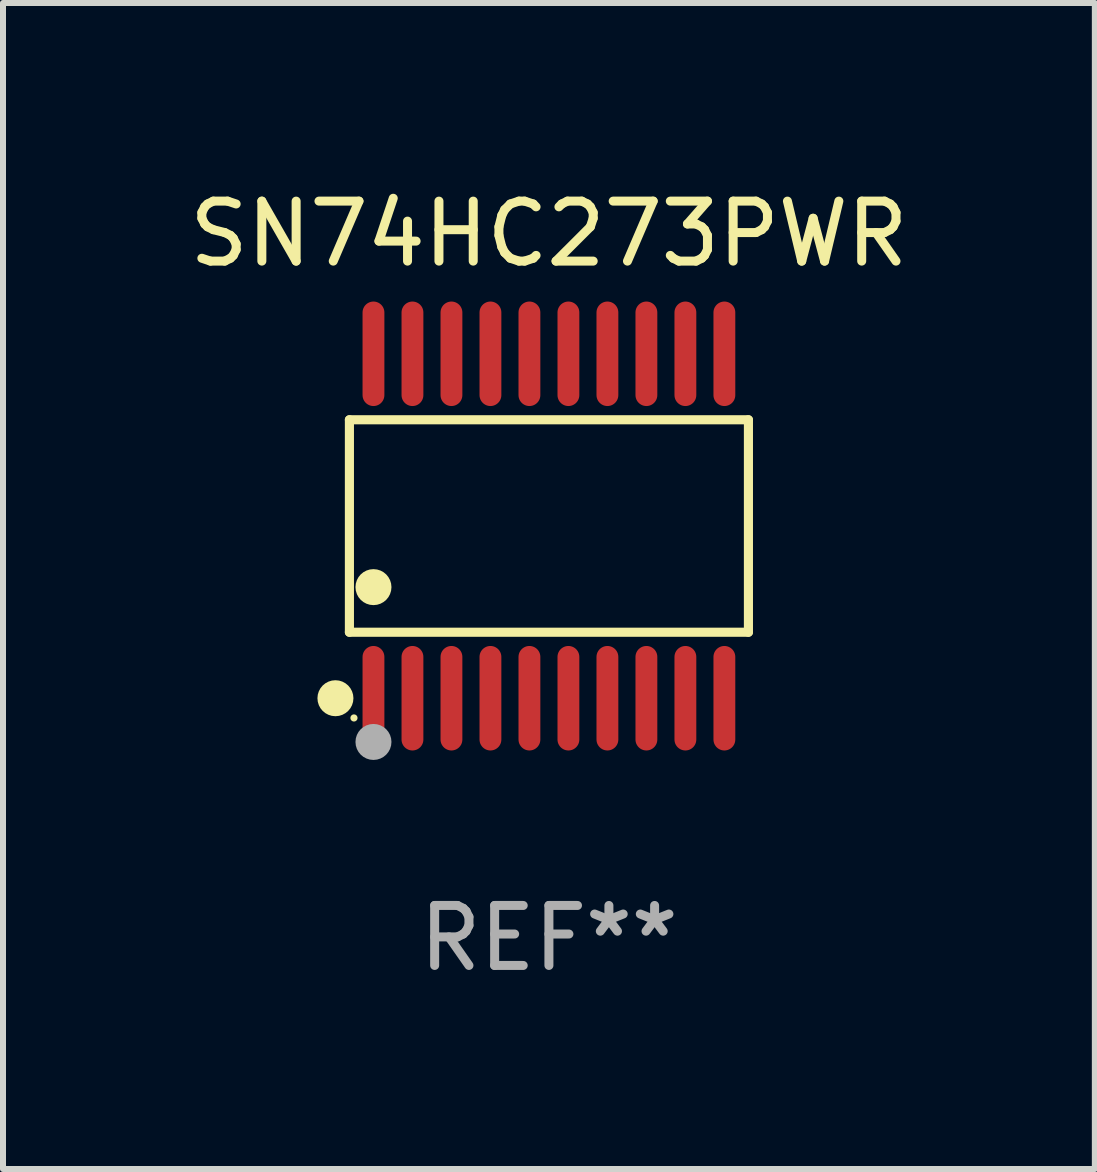
<source format=kicad_pcb>
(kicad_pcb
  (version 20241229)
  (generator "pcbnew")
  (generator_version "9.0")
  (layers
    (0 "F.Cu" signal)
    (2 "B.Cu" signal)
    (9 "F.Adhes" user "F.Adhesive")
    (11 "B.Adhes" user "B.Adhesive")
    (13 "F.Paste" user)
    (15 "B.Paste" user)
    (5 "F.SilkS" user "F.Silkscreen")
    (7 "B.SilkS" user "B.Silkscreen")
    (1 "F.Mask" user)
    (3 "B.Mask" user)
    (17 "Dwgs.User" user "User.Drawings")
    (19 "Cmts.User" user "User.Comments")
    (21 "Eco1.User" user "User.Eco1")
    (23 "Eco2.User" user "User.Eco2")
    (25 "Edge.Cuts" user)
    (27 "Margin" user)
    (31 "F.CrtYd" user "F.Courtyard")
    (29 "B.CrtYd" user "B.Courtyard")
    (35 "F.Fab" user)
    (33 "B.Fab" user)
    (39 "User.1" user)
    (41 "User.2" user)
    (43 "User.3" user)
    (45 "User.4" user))
  (footprint "SN74HC273PWR"
    (layer "F.Cu")
    (at 6.101 5.719)
    (property "Reference" "SN74HC273PWR" (at 0 -4.871 0) (layer "F.SilkS") (effects (font (size 1 1) (thickness 0.15))))
    (attr through_hole)
    (fp_line (start -3.326 -1.771) (end 3.326 -1.771) (stroke (width 0.152) (type solid)) (layer "F.SilkS"))
    (fp_line (start -3.326 1.771) (end -3.326 -1.771) (stroke (width 0.152) (type solid)) (layer "F.SilkS"))
    (fp_line (start 3.326 -1.771) (end 3.326 1.771) (stroke (width 0.152) (type solid)) (layer "F.SilkS"))
    (fp_line (start 3.326 1.771) (end -3.326 1.771) (stroke (width 0.152) (type solid)) (layer "F.SilkS"))
    (fp_circle (center -3.559 2.871) (end -3.409 2.871) (stroke (width 0.3) (type solid)) (fill no) (layer "F.SilkS"))
    (fp_circle (center -3.25 3.2) (end -3.22 3.2) (stroke (width 0.06) (type solid)) (fill no) (layer "F.SilkS"))
    (fp_circle (center -2.925 1.019) (end -2.775 1.019) (stroke (width 0.3) (type solid)) (fill no) (layer "F.SilkS"))
    (fp_circle (center -2.925 3.6) (end -2.775 3.6) (stroke (width 0.3) (type solid)) (fill no) (layer "F.Fab"))
    (fp_text user "REF**" (at 0 6.871 0) (layer "F.Fab") (effects (font (size 1 1) (thickness 0.15))))
    (pad "1" smd oval (at -2.925 2.871) (size 0.364 1.742) (layers "F.Cu" "F.Mask" "F.Paste"))
    (pad "2" smd oval (at -2.275 2.871) (size 0.364 1.742) (layers "F.Cu" "F.Mask" "F.Paste"))
    (pad "3" smd oval (at -1.625 2.871) (size 0.364 1.742) (layers "F.Cu" "F.Mask" "F.Paste"))
    (pad "4" smd oval (at -0.975 2.871) (size 0.364 1.742) (layers "F.Cu" "F.Mask" "F.Paste"))
    (pad "5" smd oval (at -0.325 2.871) (size 0.364 1.742) (layers "F.Cu" "F.Mask" "F.Paste"))
    (pad "6" smd oval (at 0.325 2.871) (size 0.364 1.742) (layers "F.Cu" "F.Mask" "F.Paste"))
    (pad "7" smd oval (at 0.975 2.871) (size 0.364 1.742) (layers "F.Cu" "F.Mask" "F.Paste"))
    (pad "8" smd oval (at 1.625 2.871) (size 0.364 1.742) (layers "F.Cu" "F.Mask" "F.Paste"))
    (pad "9" smd oval (at 2.275 2.871) (size 0.364 1.742) (layers "F.Cu" "F.Mask" "F.Paste"))
    (pad "10" smd oval (at 2.925 2.871) (size 0.364 1.742) (layers "F.Cu" "F.Mask" "F.Paste"))
    (pad "11" smd oval (at 2.925 -2.871) (size 0.364 1.742) (layers "F.Cu" "F.Mask" "F.Paste"))
    (pad "12" smd oval (at 2.275 -2.871) (size 0.364 1.742) (layers "F.Cu" "F.Mask" "F.Paste"))
    (pad "13" smd oval (at 1.625 -2.871) (size 0.364 1.742) (layers "F.Cu" "F.Mask" "F.Paste"))
    (pad "14" smd oval (at 0.975 -2.871) (size 0.364 1.742) (layers "F.Cu" "F.Mask" "F.Paste"))
    (pad "15" smd oval (at 0.325 -2.871) (size 0.364 1.742) (layers "F.Cu" "F.Mask" "F.Paste"))
    (pad "16" smd oval (at -0.325 -2.871) (size 0.364 1.742) (layers "F.Cu" "F.Mask" "F.Paste"))
    (pad "17" smd oval (at -0.975 -2.871) (size 0.364 1.742) (layers "F.Cu" "F.Mask" "F.Paste"))
    (pad "18" smd oval (at -1.625 -2.871) (size 0.364 1.742) (layers "F.Cu" "F.Mask" "F.Paste"))
    (pad "19" smd oval (at -2.275 -2.871) (size 0.364 1.742) (layers "F.Cu" "F.Mask" "F.Paste"))
    (pad "20" smd oval (at -2.925 -2.871) (size 0.364 1.742) (layers "F.Cu" "F.Mask" "F.Paste")))
  (gr_rect
    (start -3 -3)
    (end 15.202 16.438)
    (stroke (width 0.1) (type default))
    (fill no)
    (layer "Edge.Cuts")))
</source>
